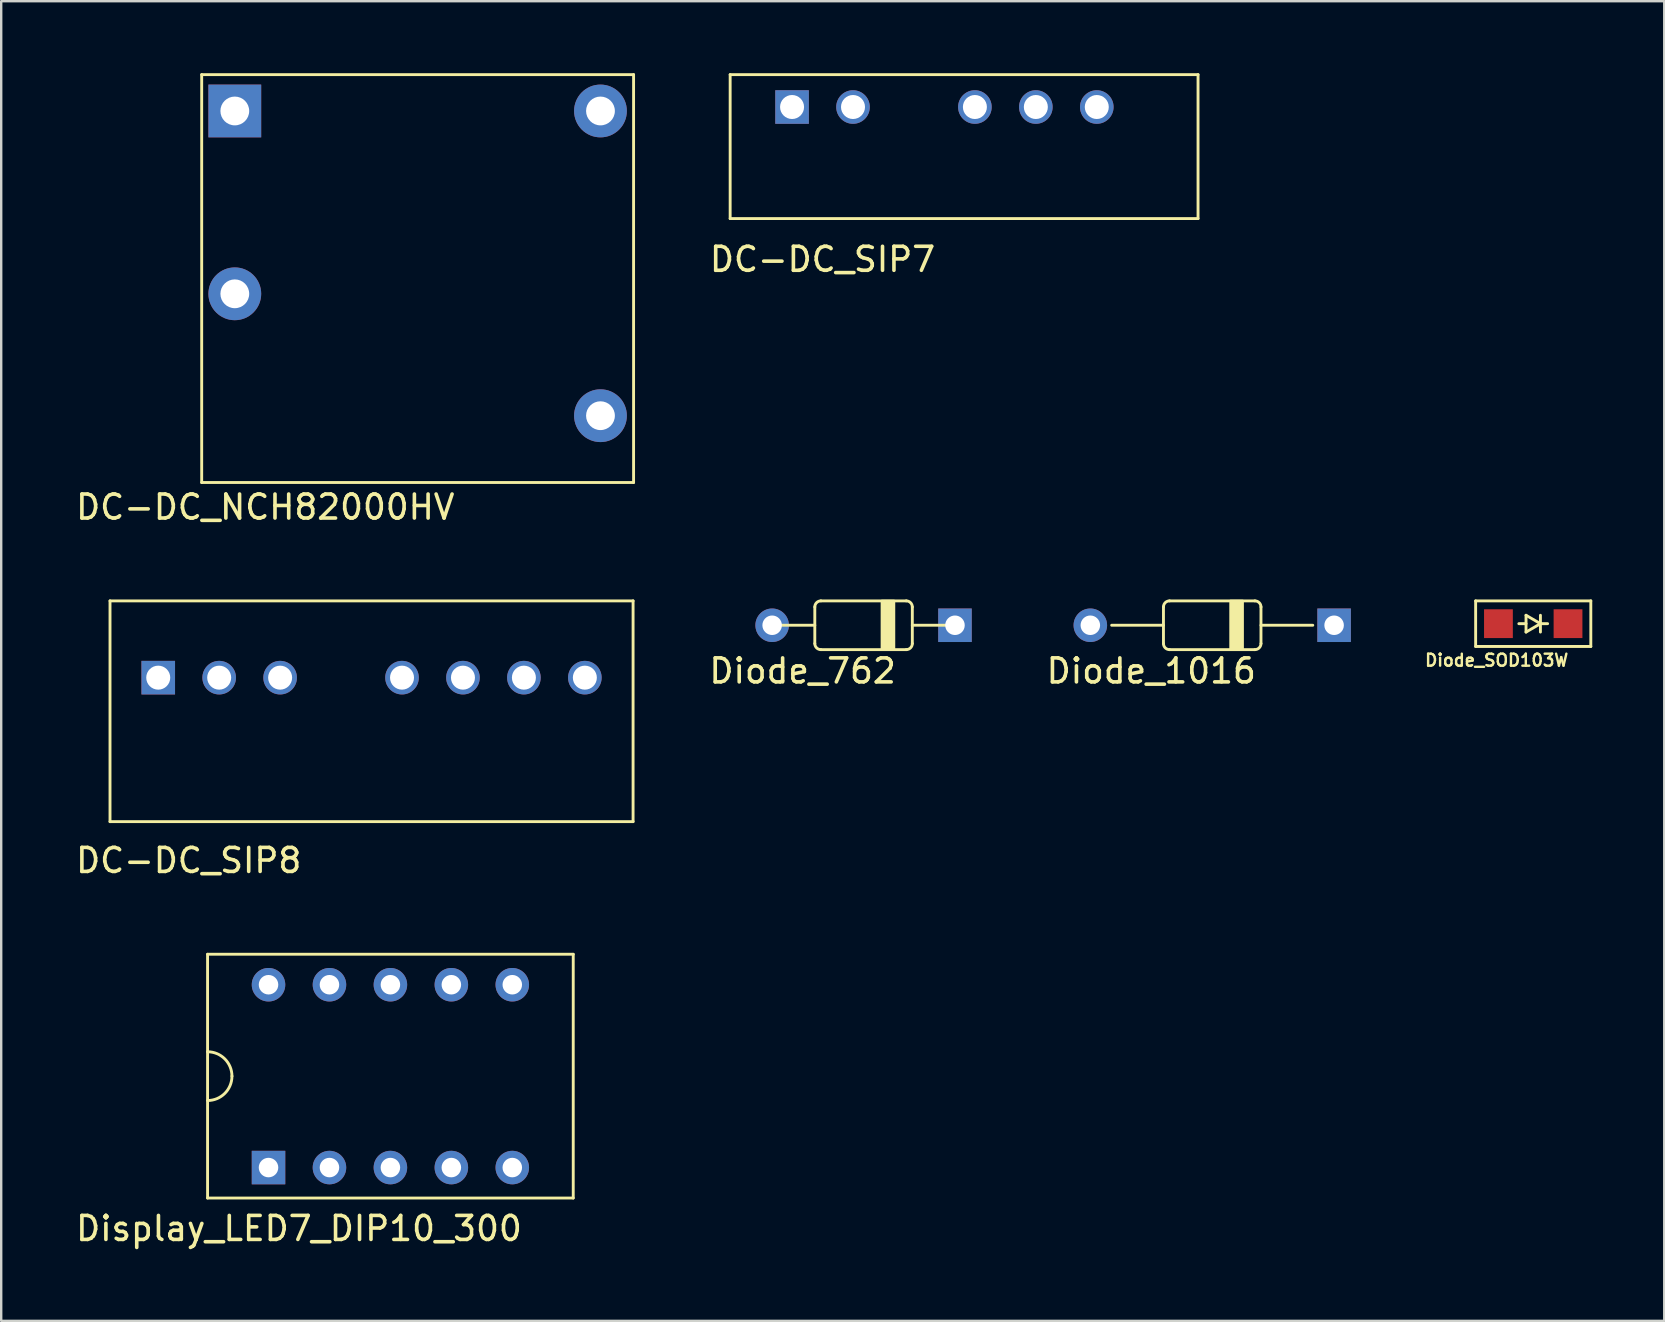
<source format=kicad_pcb>
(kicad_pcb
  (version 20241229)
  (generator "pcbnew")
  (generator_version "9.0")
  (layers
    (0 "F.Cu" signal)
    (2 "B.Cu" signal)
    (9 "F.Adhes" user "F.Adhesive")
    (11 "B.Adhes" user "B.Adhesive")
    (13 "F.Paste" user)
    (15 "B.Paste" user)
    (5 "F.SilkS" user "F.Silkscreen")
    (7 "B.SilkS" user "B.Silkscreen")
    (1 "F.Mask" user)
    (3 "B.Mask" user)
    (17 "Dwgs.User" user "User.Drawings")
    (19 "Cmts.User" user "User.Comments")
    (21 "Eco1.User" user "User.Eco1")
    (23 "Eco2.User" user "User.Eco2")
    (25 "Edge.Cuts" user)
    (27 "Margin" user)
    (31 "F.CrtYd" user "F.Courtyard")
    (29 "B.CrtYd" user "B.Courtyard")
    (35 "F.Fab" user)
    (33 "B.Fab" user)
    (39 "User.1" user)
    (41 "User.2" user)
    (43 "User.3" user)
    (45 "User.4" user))
  (footprint "Diode_SOD103W"
    (layer "F.Cu")
    (at 60.851 22.943)
    (property "Reference" "Diode_SOD103W" (at -1.524 1.524 0) (layer "F.SilkS") (effects (font (size 0.5 0.5) (thickness 0.1))))
    (attr through_hole)
    (fp_line (start -2.4 -0.95) (end 2.4 -0.95) (stroke (width 0.12) (type solid)) (layer "F.SilkS"))
    (fp_line (start -2.4 0.95) (end -2.4 -0.95) (stroke (width 0.12) (type solid)) (layer "F.SilkS"))
    (fp_line (start -0.3 -0.35) (end -0.3 0.35) (stroke (width 0.12) (type solid)) (layer "F.SilkS"))
    (fp_line (start -0.3 0) (end -0.6 0) (stroke (width 0.12) (type solid)) (layer "F.SilkS"))
    (fp_line (start -0.3 0.35) (end 0.3 0) (stroke (width 0.12) (type solid)) (layer "F.SilkS"))
    (fp_line (start 0.3 -0.35) (end 0.3 0.35) (stroke (width 0.12) (type solid)) (layer "F.SilkS"))
    (fp_line (start 0.3 0) (end -0.3 -0.35) (stroke (width 0.12) (type solid)) (layer "F.SilkS"))
    (fp_line (start 0.3 0) (end 0.6 0) (stroke (width 0.12) (type solid)) (layer "F.SilkS"))
    (fp_line (start 2.4 -0.95) (end 2.4 0.95) (stroke (width 0.12) (type solid)) (layer "F.SilkS"))
    (fp_line (start 2.4 0.95) (end -2.4 0.95) (stroke (width 0.12) (type solid)) (layer "F.SilkS"))
    (pad "1" smd rect (at -1.45 0) (size 1.2 1.2) (layers "F.Cu" "F.Mask" "F.Paste"))
    (pad "2" smd rect (at 1.45 0) (size 1.2 1.2) (layers "F.Cu" "F.Mask" "F.Paste")))
  (footprint "DC-DC_SIP8"
    (layer "F.Cu")
    (at 12.435 25.193)
    (property "Reference" "DC-DC_SIP8" (at -7.62 7.62 180) (layer "F.SilkS") (effects (font (size 1 1) (thickness 0.15))))
    (attr through_hole)
    (fp_line (start -10.9 -3.2) (end 10.9 -3.2) (stroke (width 0.12) (type solid)) (layer "F.SilkS"))
    (fp_line (start -10.9 6) (end -10.9 -3.2) (stroke (width 0.12) (type solid)) (layer "F.SilkS"))
    (fp_line (start 10.9 -3.2) (end 10.9 6) (stroke (width 0.12) (type solid)) (layer "F.SilkS"))
    (fp_line (start 10.9 6) (end -10.9 6) (stroke (width 0.12) (type solid)) (layer "F.SilkS"))
    (pad "1" thru_hole rect (at -8.89 0) (size 1.4 1.4) (drill 1) (layers "*.Cu" "*.Mask"))
    (pad "2" thru_hole circle (at -6.35 0) (size 1.4 1.4) (drill 1) (layers "*.Cu" "*.Mask"))
    (pad "3" thru_hole circle (at -3.81 0) (size 1.4 1.4) (drill 1) (layers "*.Cu" "*.Mask"))
    (pad "5" thru_hole circle (at 1.27 0) (size 1.4 1.4) (drill 1) (layers "*.Cu" "*.Mask"))
    (pad "6" thru_hole circle (at 3.81 0) (size 1.4 1.4) (drill 1) (layers "*.Cu" "*.Mask"))
    (pad "7" thru_hole circle (at 6.35 0) (size 1.4 1.4) (drill 1) (layers "*.Cu" "*.Mask"))
    (pad "8" thru_hole circle (at 8.89 0) (size 1.4 1.4) (drill 1) (layers "*.Cu" "*.Mask")))
  (footprint "DC-DC_NCH82000HV"
    (layer "F.Cu")
    (at 14.356 8.56)
    (property "Reference" "DC-DC_NCH82000HV" (at -6.35 9.525 0) (layer "F.SilkS") (effects (font (size 1 1) (thickness 0.15))))
    (attr through_hole)
    (fp_line (start -9 -8.5) (end 9 -8.5) (stroke (width 0.12) (type solid)) (layer "F.SilkS"))
    (fp_line (start -9 8.5) (end -9 -8.5) (stroke (width 0.12) (type solid)) (layer "F.SilkS"))
    (fp_line (start 9 -8.5) (end 9 8.5) (stroke (width 0.12) (type solid)) (layer "F.SilkS"))
    (fp_line (start 9 8.5) (end -9 8.5) (stroke (width 0.12) (type solid)) (layer "F.SilkS"))
    (pad "1" thru_hole rect (at -7.62 -6.985) (size 2.2 2.2) (drill 1.2) (layers "*.Cu" "*.Mask"))
    (pad "2" thru_hole circle (at -7.62 0.635) (size 2.2 2.2) (drill 1.2) (layers "*.Cu" "*.Mask"))
    (pad "3" thru_hole circle (at 7.62 5.715) (size 2.2 2.2) (drill 1.2) (layers "*.Cu" "*.Mask"))
    (pad "4" thru_hole circle (at 7.62 -6.985) (size 2.2 2.2) (drill 1.2) (layers "*.Cu" "*.Mask")))
  (footprint "Display_LED7_DIP10_300"
    (layer "F.Cu")
    (at 13.221 41.801)
    (property "Reference" "Display_LED7_DIP10_300" (at -3.81 6.35 0) (layer "F.SilkS") (effects (font (size 1 1) (thickness 0.15))))
    (attr through_hole)
    (fp_line (start -7.62 -5.08) (end -7.62 5.08) (stroke (width 0.12) (type solid)) (layer "F.SilkS"))
    (fp_line (start -7.62 5.08) (end 7.62 5.08) (stroke (width 0.12) (type solid)) (layer "F.SilkS"))
    (fp_line (start 7.62 -5.08) (end -7.62 -5.08) (stroke (width 0.12) (type solid)) (layer "F.SilkS"))
    (fp_line (start 7.62 5.08) (end 7.62 -5.08) (stroke (width 0.12) (type solid)) (layer "F.SilkS"))
    (fp_arc (start -7.62 -1.016) (mid -6.90158 -0.71842) (end -6.604 0) (stroke (width 0.12) (type solid)) (layer "F.SilkS"))
    (fp_arc (start -6.604 0) (mid -6.90158 0.71842) (end -7.62 1.016) (stroke (width 0.12) (type solid)) (layer "F.SilkS"))
    (pad "1" thru_hole rect (at -5.08 3.81) (size 1.397 1.397) (drill 0.813) (layers "*.Cu" "*.Mask"))
    (pad "2" thru_hole circle (at -2.54 3.81) (size 1.397 1.397) (drill 0.813) (layers "*.Cu" "*.Mask"))
    (pad "3" thru_hole circle (at 0 3.81) (size 1.397 1.397) (drill 0.813) (layers "*.Cu" "*.Mask"))
    (pad "4" thru_hole circle (at 2.54 3.81) (size 1.397 1.397) (drill 0.813) (layers "*.Cu" "*.Mask"))
    (pad "5" thru_hole circle (at 5.08 3.81) (size 1.397 1.397) (drill 0.813) (layers "*.Cu" "*.Mask"))
    (pad "6" thru_hole circle (at 5.08 -3.81) (size 1.397 1.397) (drill 0.813) (layers "*.Cu" "*.Mask"))
    (pad "7" thru_hole circle (at 2.54 -3.81) (size 1.397 1.397) (drill 0.813) (layers "*.Cu" "*.Mask"))
    (pad "8" thru_hole circle (at 0 -3.81) (size 1.397 1.397) (drill 0.813) (layers "*.Cu" "*.Mask"))
    (pad "9" thru_hole circle (at -2.54 -3.81) (size 1.397 1.397) (drill 0.813) (layers "*.Cu" "*.Mask"))
    (pad "10" thru_hole circle (at -5.08 -3.81) (size 1.397 1.397) (drill 0.813) (layers "*.Cu" "*.Mask")))
  (footprint "Diode_1016"
    (layer "F.Cu")
    (at 47.472 23.009)
    (property "Reference" "Diode_1016" (at -2.54 1.905 0) (layer "F.SilkS") (effects (font (size 1 1) (thickness 0.15))))
    (attr through_hole)
    (fp_line (start -4.191 0) (end -2.032 0) (stroke (width 0.12) (type solid)) (layer "F.SilkS"))
    (fp_line (start -2.032 0.762) (end -2.032 -0.762) (stroke (width 0.12) (type solid)) (layer "F.SilkS"))
    (fp_line (start -1.778 -1.016) (end 1.778 -1.016) (stroke (width 0.12) (type solid)) (layer "F.SilkS"))
    (fp_line (start 1.778 1.016) (end -1.778 1.016) (stroke (width 0.12) (type solid)) (layer "F.SilkS"))
    (fp_line (start 2.032 -0.762) (end 2.032 0.762) (stroke (width 0.12) (type solid)) (layer "F.SilkS"))
    (fp_line (start 2.032 0) (end 4.191 0) (stroke (width 0.12) (type solid)) (layer "F.SilkS"))
    (fp_arc (start -2.032 -0.762) (mid -1.957605 -0.941605) (end -1.778 -1.016) (stroke (width 0.12) (type solid)) (layer "F.SilkS"))
    (fp_arc (start -1.778 1.016) (mid -1.957605 0.941605) (end -2.032 0.762) (stroke (width 0.12) (type solid)) (layer "F.SilkS"))
    (fp_arc (start 1.778 -1.016) (mid 1.957605 -0.941605) (end 2.032 -0.762) (stroke (width 0.12) (type solid)) (layer "F.SilkS"))
    (fp_arc (start 2.032 0.762) (mid 1.957605 0.941605) (end 1.778 1.016) (stroke (width 0.12) (type solid)) (layer "F.SilkS"))
    (fp_poly (pts (xy 1.27 1.016) (xy 0.762 1.016) (xy 0.762 -1.016) (xy 1.27 -1.016)) (stroke (width 0.1) (type solid)) (fill yes) (layer "F.SilkS"))
    (pad "1" thru_hole rect (at 5.08 0) (size 1.397 1.397) (drill 0.813) (layers "*.Cu" "*.Mask"))
    (pad "2" thru_hole circle (at -5.08 0) (size 1.397 1.397) (drill 0.813) (layers "*.Cu" "*.Mask")))
  (footprint "DC-DC_SIP7"
    (layer "F.Cu")
    (at 37.581 1.41)
    (property "Reference" "DC-DC_SIP7" (at -6.35 6.35 180) (layer "F.SilkS") (effects (font (size 1 1) (thickness 0.15))))
    (attr through_hole)
    (fp_line (start -10.2 -1.35) (end 9.3 -1.35) (stroke (width 0.12) (type solid)) (layer "F.SilkS"))
    (fp_line (start -10.2 4.65) (end -10.2 -1.35) (stroke (width 0.12) (type solid)) (layer "F.SilkS"))
    (fp_line (start 9.3 -1.35) (end 9.3 4.65) (stroke (width 0.12) (type solid)) (layer "F.SilkS"))
    (fp_line (start 9.3 4.65) (end -10.2 4.65) (stroke (width 0.12) (type solid)) (layer "F.SilkS"))
    (pad "1" thru_hole rect (at -7.62 0) (size 1.4 1.4) (drill 1) (layers "*.Cu" "*.Mask"))
    (pad "2" thru_hole circle (at -5.08 0) (size 1.4 1.4) (drill 1) (layers "*.Cu" "*.Mask"))
    (pad "4" thru_hole circle (at 0 0) (size 1.4 1.4) (drill 1) (layers "*.Cu" "*.Mask"))
    (pad "5" thru_hole circle (at 2.54 0) (size 1.4 1.4) (drill 1) (layers "*.Cu" "*.Mask"))
    (pad "6" thru_hole circle (at 5.08 0) (size 1.4 1.4) (drill 1) (layers "*.Cu" "*.Mask")))
  (footprint "Diode_762"
    (layer "F.Cu")
    (at 32.941 23.009)
    (property "Reference" "Diode_762" (at -2.54 1.905 0) (layer "F.SilkS") (effects (font (size 1 1) (thickness 0.15))))
    (attr through_hole)
    (fp_line (start -3.556 0) (end -2.032 0) (stroke (width 0.12) (type solid)) (layer "F.SilkS"))
    (fp_line (start -2.032 0.762) (end -2.032 -0.762) (stroke (width 0.12) (type solid)) (layer "F.SilkS"))
    (fp_line (start -1.778 -1.016) (end 1.778 -1.016) (stroke (width 0.12) (type solid)) (layer "F.SilkS"))
    (fp_line (start 1.778 1.016) (end -1.778 1.016) (stroke (width 0.12) (type solid)) (layer "F.SilkS"))
    (fp_line (start 2.032 -0.762) (end 2.032 0.762) (stroke (width 0.12) (type solid)) (layer "F.SilkS"))
    (fp_line (start 2.032 0) (end 3.81 0) (stroke (width 0.12) (type solid)) (layer "F.SilkS"))
    (fp_arc (start -2.032 -0.762) (mid -1.957605 -0.941605) (end -1.778 -1.016) (stroke (width 0.12) (type solid)) (layer "F.SilkS"))
    (fp_arc (start -1.778 1.016) (mid -1.957605 0.941605) (end -2.032 0.762) (stroke (width 0.12) (type solid)) (layer "F.SilkS"))
    (fp_arc (start 1.778 -1.016) (mid 1.957605 -0.941605) (end 2.032 -0.762) (stroke (width 0.12) (type solid)) (layer "F.SilkS"))
    (fp_arc (start 2.032 0.762) (mid 1.957605 0.941605) (end 1.778 1.016) (stroke (width 0.12) (type solid)) (layer "F.SilkS"))
    (fp_poly (pts (xy 1.27 1.016) (xy 0.762 1.016) (xy 0.762 -1.016) (xy 1.27 -1.016)) (stroke (width 0.1) (type solid)) (fill yes) (layer "F.SilkS"))
    (pad "1" thru_hole rect (at 3.81 0) (size 1.397 1.397) (drill 0.813) (layers "*.Cu" "*.Mask"))
    (pad "2" thru_hole circle (at -3.81 0) (size 1.397 1.397) (drill 0.813) (layers "*.Cu" "*.Mask")))
  (gr_rect
    (start -3 -3)
    (end 66.311 52)
    (stroke (width 0.1) (type default))
    (fill no)
    (layer "Edge.Cuts")))
</source>
